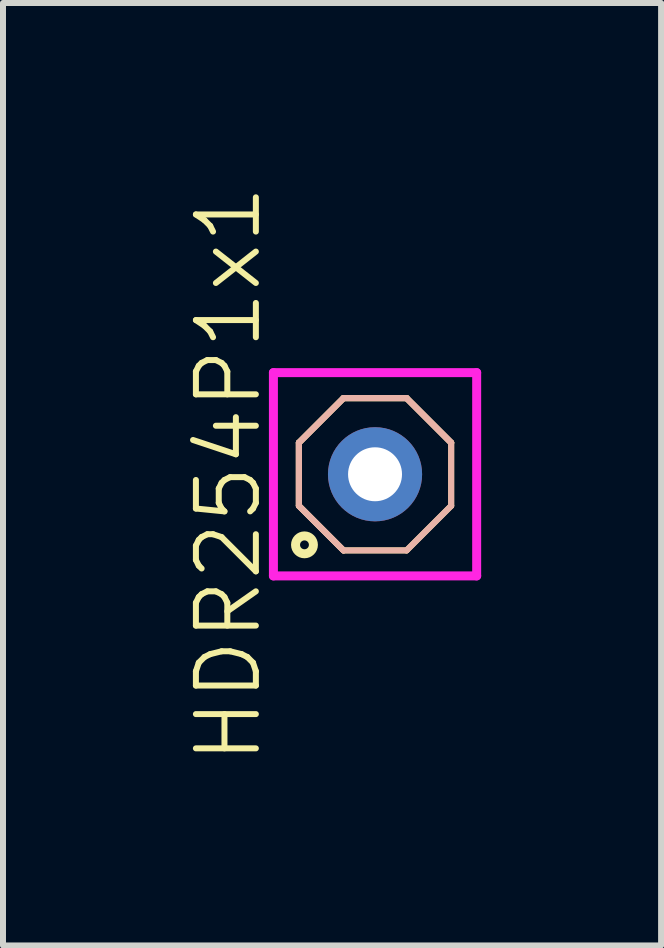
<source format=kicad_pcb>
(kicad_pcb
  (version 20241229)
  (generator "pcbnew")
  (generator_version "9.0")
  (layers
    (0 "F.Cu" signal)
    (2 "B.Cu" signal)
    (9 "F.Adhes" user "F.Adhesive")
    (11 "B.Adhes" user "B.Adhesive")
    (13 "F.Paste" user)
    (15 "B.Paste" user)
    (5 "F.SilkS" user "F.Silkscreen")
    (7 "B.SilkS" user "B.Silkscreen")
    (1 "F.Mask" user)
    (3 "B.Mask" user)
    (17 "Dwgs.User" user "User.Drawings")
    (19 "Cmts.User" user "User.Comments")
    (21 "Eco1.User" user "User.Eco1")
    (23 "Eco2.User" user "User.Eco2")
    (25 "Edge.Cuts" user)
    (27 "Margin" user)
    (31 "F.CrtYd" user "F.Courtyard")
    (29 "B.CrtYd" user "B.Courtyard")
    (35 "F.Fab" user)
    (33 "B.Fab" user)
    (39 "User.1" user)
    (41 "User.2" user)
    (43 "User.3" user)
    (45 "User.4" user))
  (footprint "HDR254P1x1"
    (layer "F.Cu")
    (at 3.205 4.86)
    (property "Reference" "HDR254P1x1" (at -2.445 0 90) (layer "F.SilkS") (effects (font (size 1 1) (thickness 0.1))))
    (attr through_hole)
    (fp_line (start -1.27 -0.526) (end -0.526 -1.27) (stroke (width 0.1) (type solid)) (layer "F.SilkS"))
    (fp_line (start -1.27 -0.526) (end -0.526 -1.27) (stroke (width 0.1) (type solid)) (layer "F.SilkS"))
    (fp_line (start -1.27 0.526) (end -1.27 -0.526) (stroke (width 0.1) (type solid)) (layer "F.SilkS"))
    (fp_line (start -1.27 0.526) (end -1.27 -0.526) (stroke (width 0.1) (type solid)) (layer "F.SilkS"))
    (fp_line (start -0.526 -1.27) (end 0.526 -1.27) (stroke (width 0.1) (type solid)) (layer "F.SilkS"))
    (fp_line (start -0.526 -1.27) (end 0.526 -1.27) (stroke (width 0.1) (type solid)) (layer "F.SilkS"))
    (fp_line (start -0.526 1.27) (end -1.27 0.526) (stroke (width 0.1) (type solid)) (layer "F.SilkS"))
    (fp_line (start -0.526 1.27) (end -1.27 0.526) (stroke (width 0.1) (type solid)) (layer "F.SilkS"))
    (fp_line (start 0.526 -1.27) (end 1.27 -0.526) (stroke (width 0.1) (type solid)) (layer "F.SilkS"))
    (fp_line (start 0.526 -1.27) (end 1.27 -0.526) (stroke (width 0.1) (type solid)) (layer "F.SilkS"))
    (fp_line (start 0.526 1.27) (end -0.526 1.27) (stroke (width 0.1) (type solid)) (layer "F.SilkS"))
    (fp_line (start 1.27 -0.526) (end 1.27 0.526) (stroke (width 0.1) (type solid)) (layer "F.SilkS"))
    (fp_line (start 1.27 0.526) (end 0.526 1.27) (stroke (width 0.1) (type solid)) (layer "F.SilkS"))
    (fp_circle (center -1.177 1.177) (end -1.028 1.177) (stroke (width 0.15) (type solid)) (fill no) (layer "F.SilkS"))
    (fp_line (start -1.27 -0.526) (end -0.526 -1.27) (stroke (width 0.1) (type solid)) (layer "B.SilkS"))
    (fp_line (start -1.27 -0.526) (end -0.526 -1.27) (stroke (width 0.1) (type solid)) (layer "B.SilkS"))
    (fp_line (start -1.27 0.526) (end -1.27 -0.526) (stroke (width 0.1) (type solid)) (layer "B.SilkS"))
    (fp_line (start -1.27 0.526) (end -1.27 -0.526) (stroke (width 0.1) (type solid)) (layer "B.SilkS"))
    (fp_line (start -0.526 -1.27) (end 0.526 -1.27) (stroke (width 0.1) (type solid)) (layer "B.SilkS"))
    (fp_line (start -0.526 -1.27) (end 0.526 -1.27) (stroke (width 0.1) (type solid)) (layer "B.SilkS"))
    (fp_line (start -0.526 1.27) (end -1.27 0.526) (stroke (width 0.1) (type solid)) (layer "B.SilkS"))
    (fp_line (start -0.526 1.27) (end -1.27 0.526) (stroke (width 0.1) (type solid)) (layer "B.SilkS"))
    (fp_line (start 0.526 -1.27) (end 1.27 -0.526) (stroke (width 0.1) (type solid)) (layer "B.SilkS"))
    (fp_line (start 0.526 -1.27) (end 1.27 -0.526) (stroke (width 0.1) (type solid)) (layer "B.SilkS"))
    (fp_line (start 0.526 1.27) (end -0.526 1.27) (stroke (width 0.1) (type solid)) (layer "B.SilkS"))
    (fp_line (start 1.27 -0.526) (end 1.27 0.526) (stroke (width 0.1) (type solid)) (layer "B.SilkS"))
    (fp_line (start 1.27 0.526) (end 0.526 1.27) (stroke (width 0.1) (type solid)) (layer "B.SilkS"))
    (fp_line (start -1.695 -1.695) (end -1.695 1.695) (stroke (width 0.15) (type solid)) (layer "F.CrtYd"))
    (fp_line (start -1.695 1.695) (end 1.695 1.695) (stroke (width 0.15) (type solid)) (layer "F.CrtYd"))
    (fp_line (start 1.695 -1.695) (end -1.695 -1.695) (stroke (width 0.15) (type solid)) (layer "F.CrtYd"))
    (fp_line (start 1.695 1.695) (end 1.695 -1.695) (stroke (width 0.15) (type solid)) (layer "F.CrtYd"))
    (pad "1" thru_hole oval (at 0 0) (size 1.57 1.57) (drill 0.9) (layers "*.Cu" "*.Mask")))
  (gr_rect
    (start -3 -3)
    (end 7.976 12.719)
    (stroke (width 0.1) (type default))
    (fill no)
    (layer "Edge.Cuts")))
</source>
